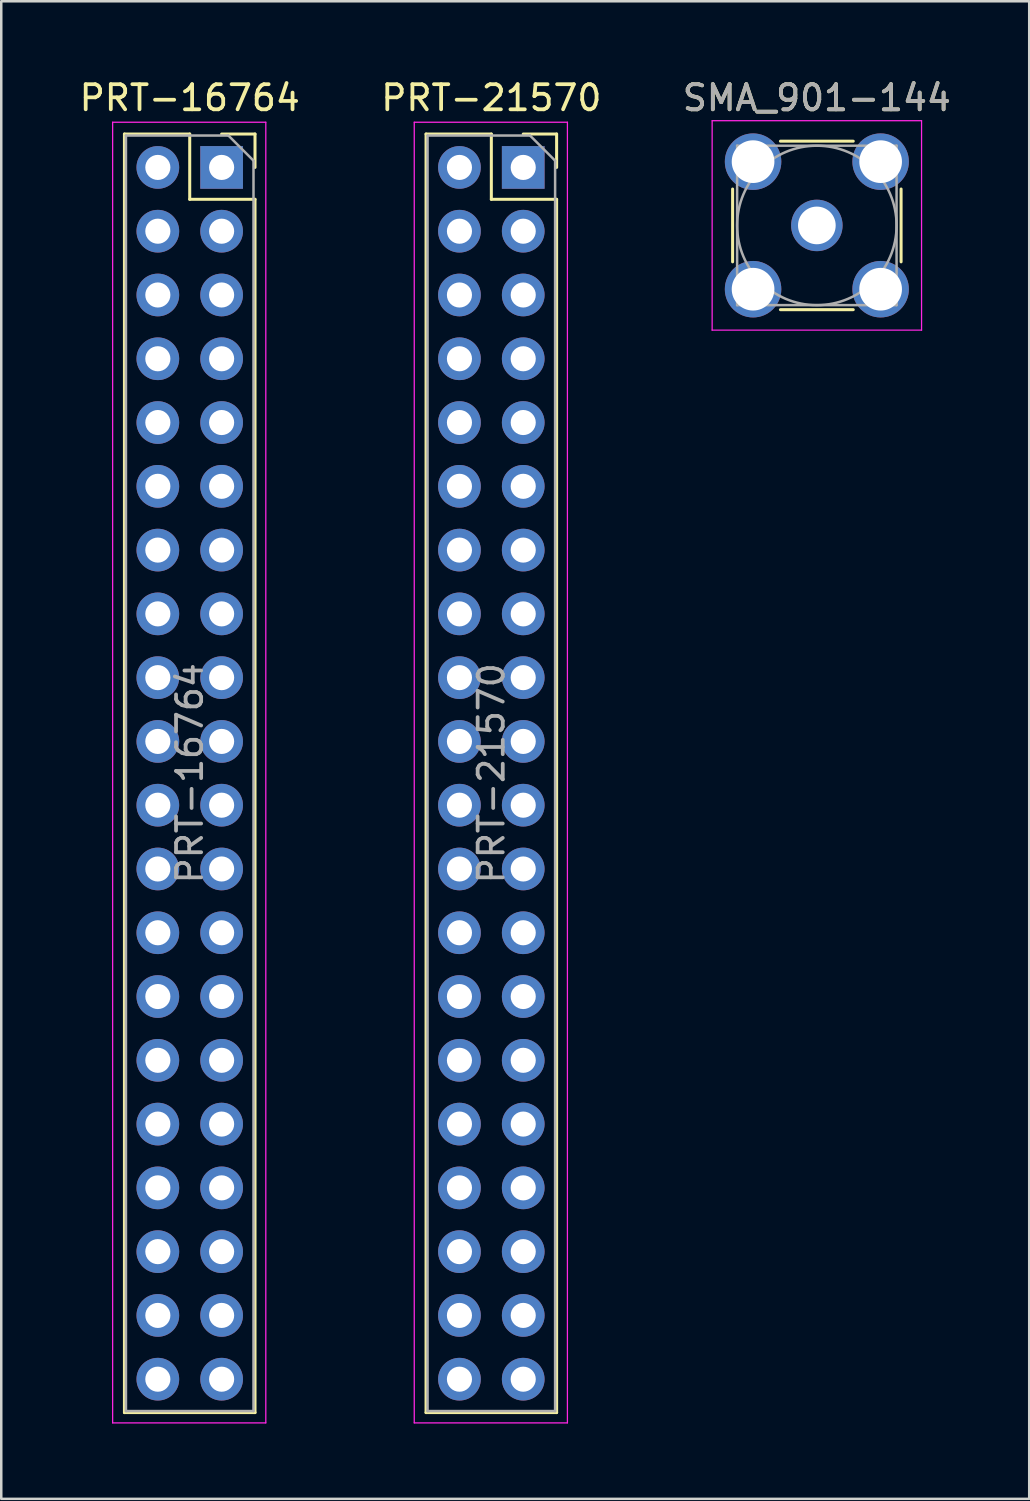
<source format=kicad_pcb>
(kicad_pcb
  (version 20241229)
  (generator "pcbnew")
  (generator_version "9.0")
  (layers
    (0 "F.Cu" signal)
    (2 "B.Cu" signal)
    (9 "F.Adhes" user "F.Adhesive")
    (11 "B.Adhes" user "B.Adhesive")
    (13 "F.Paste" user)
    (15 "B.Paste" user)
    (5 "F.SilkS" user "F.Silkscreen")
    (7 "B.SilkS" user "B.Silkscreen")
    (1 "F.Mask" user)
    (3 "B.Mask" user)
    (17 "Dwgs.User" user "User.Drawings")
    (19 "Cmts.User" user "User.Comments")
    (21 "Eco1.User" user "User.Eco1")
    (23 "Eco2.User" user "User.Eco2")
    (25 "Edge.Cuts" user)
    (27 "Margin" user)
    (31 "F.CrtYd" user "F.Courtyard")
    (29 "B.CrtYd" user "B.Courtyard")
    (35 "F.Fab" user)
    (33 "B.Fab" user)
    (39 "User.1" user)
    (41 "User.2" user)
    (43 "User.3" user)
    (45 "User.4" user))
  (footprint "PRT-16764"
    (layer "F.Cu")
    (at 5.776 3.618)
    (property "Reference" "PRT-16764" (at -1.27 -2.77 0) (layer "F.SilkS") (effects (font (size 1 1) (thickness 0.15))))
    (attr through_hole)
    (fp_line (start -3.87 -1.33) (end -3.87 49.59) (stroke (width 0.12) (type solid)) (layer "F.SilkS"))
    (fp_line (start -3.87 -1.33) (end -1.27 -1.33) (stroke (width 0.12) (type solid)) (layer "F.SilkS"))
    (fp_line (start -3.87 49.59) (end 1.33 49.59) (stroke (width 0.12) (type solid)) (layer "F.SilkS"))
    (fp_line (start -1.27 -1.33) (end -1.27 1.27) (stroke (width 0.12) (type solid)) (layer "F.SilkS"))
    (fp_line (start -1.27 1.27) (end 1.33 1.27) (stroke (width 0.12) (type solid)) (layer "F.SilkS"))
    (fp_line (start 0 -1.33) (end 1.33 -1.33) (stroke (width 0.12) (type solid)) (layer "F.SilkS"))
    (fp_line (start 1.33 -1.33) (end 1.33 0) (stroke (width 0.12) (type solid)) (layer "F.SilkS"))
    (fp_line (start 1.33 1.27) (end 1.33 49.59) (stroke (width 0.12) (type solid)) (layer "F.SilkS"))
    (fp_line (start -4.34 -1.8) (end 1.76 -1.8) (stroke (width 0.05) (type solid)) (layer "F.CrtYd"))
    (fp_line (start -4.34 50) (end -4.34 -1.8) (stroke (width 0.05) (type solid)) (layer "F.CrtYd"))
    (fp_line (start 1.76 -1.8) (end 1.76 50) (stroke (width 0.05) (type solid)) (layer "F.CrtYd"))
    (fp_line (start 1.76 50) (end -4.34 50) (stroke (width 0.05) (type solid)) (layer "F.CrtYd"))
    (fp_line (start -3.81 -1.27) (end 0.27 -1.27) (stroke (width 0.1) (type solid)) (layer "F.Fab"))
    (fp_line (start -3.81 49.53) (end -3.81 -1.27) (stroke (width 0.1) (type solid)) (layer "F.Fab"))
    (fp_line (start 0.27 -1.27) (end 1.27 -0.27) (stroke (width 0.1) (type solid)) (layer "F.Fab"))
    (fp_line (start 1.27 -0.27) (end 1.27 49.53) (stroke (width 0.1) (type solid)) (layer "F.Fab"))
    (fp_line (start 1.27 49.53) (end -3.81 49.53) (stroke (width 0.1) (type solid)) (layer "F.Fab"))
    (fp_text user "${REFERENCE}" (at -1.27 24.13 90) (layer "F.Fab") (effects (font (size 1 1) (thickness 0.15))))
    (pad "1" thru_hole rect (at 0 0) (size 1.7 1.7) (drill 1) (layers "*.Cu" "*.Mask"))
    (pad "2" thru_hole oval (at -2.54 0) (size 1.7 1.7) (drill 1) (layers "*.Cu" "*.Mask"))
    (pad "3" thru_hole oval (at 0 2.54) (size 1.7 1.7) (drill 1) (layers "*.Cu" "*.Mask"))
    (pad "4" thru_hole oval (at -2.54 2.54) (size 1.7 1.7) (drill 1) (layers "*.Cu" "*.Mask"))
    (pad "5" thru_hole oval (at 0 5.08) (size 1.7 1.7) (drill 1) (layers "*.Cu" "*.Mask"))
    (pad "6" thru_hole oval (at -2.54 5.08) (size 1.7 1.7) (drill 1) (layers "*.Cu" "*.Mask"))
    (pad "7" thru_hole oval (at 0 7.62) (size 1.7 1.7) (drill 1) (layers "*.Cu" "*.Mask"))
    (pad "8" thru_hole oval (at -2.54 7.62) (size 1.7 1.7) (drill 1) (layers "*.Cu" "*.Mask"))
    (pad "9" thru_hole oval (at 0 10.16) (size 1.7 1.7) (drill 1) (layers "*.Cu" "*.Mask"))
    (pad "10" thru_hole oval (at -2.54 10.16) (size 1.7 1.7) (drill 1) (layers "*.Cu" "*.Mask"))
    (pad "11" thru_hole oval (at 0 12.7) (size 1.7 1.7) (drill 1) (layers "*.Cu" "*.Mask"))
    (pad "12" thru_hole oval (at -2.54 12.7) (size 1.7 1.7) (drill 1) (layers "*.Cu" "*.Mask"))
    (pad "13" thru_hole oval (at 0 15.24) (size 1.7 1.7) (drill 1) (layers "*.Cu" "*.Mask"))
    (pad "14" thru_hole oval (at -2.54 15.24) (size 1.7 1.7) (drill 1) (layers "*.Cu" "*.Mask"))
    (pad "15" thru_hole oval (at 0 17.78) (size 1.7 1.7) (drill 1) (layers "*.Cu" "*.Mask"))
    (pad "16" thru_hole oval (at -2.54 17.78) (size 1.7 1.7) (drill 1) (layers "*.Cu" "*.Mask"))
    (pad "17" thru_hole oval (at 0 20.32) (size 1.7 1.7) (drill 1) (layers "*.Cu" "*.Mask"))
    (pad "18" thru_hole oval (at -2.54 20.32) (size 1.7 1.7) (drill 1) (layers "*.Cu" "*.Mask"))
    (pad "19" thru_hole oval (at 0 22.86) (size 1.7 1.7) (drill 1) (layers "*.Cu" "*.Mask"))
    (pad "20" thru_hole oval (at -2.54 22.86) (size 1.7 1.7) (drill 1) (layers "*.Cu" "*.Mask"))
    (pad "21" thru_hole oval (at 0 25.4) (size 1.7 1.7) (drill 1) (layers "*.Cu" "*.Mask"))
    (pad "22" thru_hole oval (at -2.54 25.4) (size 1.7 1.7) (drill 1) (layers "*.Cu" "*.Mask"))
    (pad "23" thru_hole oval (at 0 27.94) (size 1.7 1.7) (drill 1) (layers "*.Cu" "*.Mask"))
    (pad "24" thru_hole oval (at -2.54 27.94) (size 1.7 1.7) (drill 1) (layers "*.Cu" "*.Mask"))
    (pad "25" thru_hole oval (at 0 30.48) (size 1.7 1.7) (drill 1) (layers "*.Cu" "*.Mask"))
    (pad "26" thru_hole oval (at -2.54 30.48) (size 1.7 1.7) (drill 1) (layers "*.Cu" "*.Mask"))
    (pad "27" thru_hole oval (at 0 33.02) (size 1.7 1.7) (drill 1) (layers "*.Cu" "*.Mask"))
    (pad "28" thru_hole oval (at -2.54 33.02) (size 1.7 1.7) (drill 1) (layers "*.Cu" "*.Mask"))
    (pad "29" thru_hole oval (at 0 35.56) (size 1.7 1.7) (drill 1) (layers "*.Cu" "*.Mask"))
    (pad "30" thru_hole oval (at -2.54 35.56) (size 1.7 1.7) (drill 1) (layers "*.Cu" "*.Mask"))
    (pad "31" thru_hole oval (at 0 38.1) (size 1.7 1.7) (drill 1) (layers "*.Cu" "*.Mask"))
    (pad "32" thru_hole oval (at -2.54 38.1) (size 1.7 1.7) (drill 1) (layers "*.Cu" "*.Mask"))
    (pad "33" thru_hole oval (at 0 40.64) (size 1.7 1.7) (drill 1) (layers "*.Cu" "*.Mask"))
    (pad "34" thru_hole oval (at -2.54 40.64) (size 1.7 1.7) (drill 1) (layers "*.Cu" "*.Mask"))
    (pad "35" thru_hole oval (at 0 43.18) (size 1.7 1.7) (drill 1) (layers "*.Cu" "*.Mask"))
    (pad "36" thru_hole oval (at -2.54 43.18) (size 1.7 1.7) (drill 1) (layers "*.Cu" "*.Mask"))
    (pad "37" thru_hole oval (at 0 45.72) (size 1.7 1.7) (drill 1) (layers "*.Cu" "*.Mask"))
    (pad "38" thru_hole oval (at -2.54 45.72) (size 1.7 1.7) (drill 1) (layers "*.Cu" "*.Mask"))
    (pad "39" thru_hole oval (at 0 48.26) (size 1.7 1.7) (drill 1) (layers "*.Cu" "*.Mask"))
    (pad "40" thru_hole oval (at -2.54 48.26) (size 1.7 1.7) (drill 1) (layers "*.Cu" "*.Mask")))
  (footprint "PRT-21570"
    (layer "F.Cu")
    (at 17.788 3.618)
    (property "Reference" "PRT-21570" (at -1.27 -2.77 0) (layer "F.SilkS") (effects (font (size 1 1) (thickness 0.15))))
    (attr through_hole)
    (fp_line (start -3.87 -1.33) (end -3.87 49.59) (stroke (width 0.12) (type solid)) (layer "F.SilkS"))
    (fp_line (start -3.87 -1.33) (end -1.27 -1.33) (stroke (width 0.12) (type solid)) (layer "F.SilkS"))
    (fp_line (start -3.87 49.59) (end 1.33 49.59) (stroke (width 0.12) (type solid)) (layer "F.SilkS"))
    (fp_line (start -1.27 -1.33) (end -1.27 1.27) (stroke (width 0.12) (type solid)) (layer "F.SilkS"))
    (fp_line (start -1.27 1.27) (end 1.33 1.27) (stroke (width 0.12) (type solid)) (layer "F.SilkS"))
    (fp_line (start 0 -1.33) (end 1.33 -1.33) (stroke (width 0.12) (type solid)) (layer "F.SilkS"))
    (fp_line (start 1.33 -1.33) (end 1.33 0) (stroke (width 0.12) (type solid)) (layer "F.SilkS"))
    (fp_line (start 1.33 1.27) (end 1.33 49.59) (stroke (width 0.12) (type solid)) (layer "F.SilkS"))
    (fp_line (start -4.34 -1.8) (end 1.76 -1.8) (stroke (width 0.05) (type solid)) (layer "F.CrtYd"))
    (fp_line (start -4.34 50) (end -4.34 -1.8) (stroke (width 0.05) (type solid)) (layer "F.CrtYd"))
    (fp_line (start 1.76 -1.8) (end 1.76 50) (stroke (width 0.05) (type solid)) (layer "F.CrtYd"))
    (fp_line (start 1.76 50) (end -4.34 50) (stroke (width 0.05) (type solid)) (layer "F.CrtYd"))
    (fp_line (start -3.81 -1.27) (end 0.27 -1.27) (stroke (width 0.1) (type solid)) (layer "F.Fab"))
    (fp_line (start -3.81 49.53) (end -3.81 -1.27) (stroke (width 0.1) (type solid)) (layer "F.Fab"))
    (fp_line (start 0.27 -1.27) (end 1.27 -0.27) (stroke (width 0.1) (type solid)) (layer "F.Fab"))
    (fp_line (start 1.27 -0.27) (end 1.27 49.53) (stroke (width 0.1) (type solid)) (layer "F.Fab"))
    (fp_line (start 1.27 49.53) (end -3.81 49.53) (stroke (width 0.1) (type solid)) (layer "F.Fab"))
    (fp_text user "${REFERENCE}" (at -1.27 24.13 90) (layer "F.Fab") (effects (font (size 1 1) (thickness 0.15))))
    (pad "1" thru_hole rect (at 0 0) (size 1.7 1.7) (drill 1) (layers "*.Cu" "*.Mask"))
    (pad "2" thru_hole oval (at -2.54 0) (size 1.7 1.7) (drill 1) (layers "*.Cu" "*.Mask"))
    (pad "3" thru_hole oval (at 0 2.54) (size 1.7 1.7) (drill 1) (layers "*.Cu" "*.Mask"))
    (pad "4" thru_hole oval (at -2.54 2.54) (size 1.7 1.7) (drill 1) (layers "*.Cu" "*.Mask"))
    (pad "5" thru_hole oval (at 0 5.08) (size 1.7 1.7) (drill 1) (layers "*.Cu" "*.Mask"))
    (pad "6" thru_hole oval (at -2.54 5.08) (size 1.7 1.7) (drill 1) (layers "*.Cu" "*.Mask"))
    (pad "7" thru_hole oval (at 0 7.62) (size 1.7 1.7) (drill 1) (layers "*.Cu" "*.Mask"))
    (pad "8" thru_hole oval (at -2.54 7.62) (size 1.7 1.7) (drill 1) (layers "*.Cu" "*.Mask"))
    (pad "9" thru_hole oval (at 0 10.16) (size 1.7 1.7) (drill 1) (layers "*.Cu" "*.Mask"))
    (pad "10" thru_hole oval (at -2.54 10.16) (size 1.7 1.7) (drill 1) (layers "*.Cu" "*.Mask"))
    (pad "11" thru_hole oval (at 0 12.7) (size 1.7 1.7) (drill 1) (layers "*.Cu" "*.Mask"))
    (pad "12" thru_hole oval (at -2.54 12.7) (size 1.7 1.7) (drill 1) (layers "*.Cu" "*.Mask"))
    (pad "13" thru_hole oval (at 0 15.24) (size 1.7 1.7) (drill 1) (layers "*.Cu" "*.Mask"))
    (pad "14" thru_hole oval (at -2.54 15.24) (size 1.7 1.7) (drill 1) (layers "*.Cu" "*.Mask"))
    (pad "15" thru_hole oval (at 0 17.78) (size 1.7 1.7) (drill 1) (layers "*.Cu" "*.Mask"))
    (pad "16" thru_hole oval (at -2.54 17.78) (size 1.7 1.7) (drill 1) (layers "*.Cu" "*.Mask"))
    (pad "17" thru_hole oval (at 0 20.32) (size 1.7 1.7) (drill 1) (layers "*.Cu" "*.Mask"))
    (pad "18" thru_hole oval (at -2.54 20.32) (size 1.7 1.7) (drill 1) (layers "*.Cu" "*.Mask"))
    (pad "19" thru_hole oval (at 0 22.86) (size 1.7 1.7) (drill 1) (layers "*.Cu" "*.Mask"))
    (pad "20" thru_hole oval (at -2.54 22.86) (size 1.7 1.7) (drill 1) (layers "*.Cu" "*.Mask"))
    (pad "21" thru_hole oval (at 0 25.4) (size 1.7 1.7) (drill 1) (layers "*.Cu" "*.Mask"))
    (pad "22" thru_hole oval (at -2.54 25.4) (size 1.7 1.7) (drill 1) (layers "*.Cu" "*.Mask"))
    (pad "23" thru_hole oval (at 0 27.94) (size 1.7 1.7) (drill 1) (layers "*.Cu" "*.Mask"))
    (pad "24" thru_hole oval (at -2.54 27.94) (size 1.7 1.7) (drill 1) (layers "*.Cu" "*.Mask"))
    (pad "25" thru_hole oval (at 0 30.48) (size 1.7 1.7) (drill 1) (layers "*.Cu" "*.Mask"))
    (pad "26" thru_hole oval (at -2.54 30.48) (size 1.7 1.7) (drill 1) (layers "*.Cu" "*.Mask"))
    (pad "27" thru_hole oval (at 0 33.02) (size 1.7 1.7) (drill 1) (layers "*.Cu" "*.Mask"))
    (pad "28" thru_hole oval (at -2.54 33.02) (size 1.7 1.7) (drill 1) (layers "*.Cu" "*.Mask"))
    (pad "29" thru_hole oval (at 0 35.56) (size 1.7 1.7) (drill 1) (layers "*.Cu" "*.Mask"))
    (pad "30" thru_hole oval (at -2.54 35.56) (size 1.7 1.7) (drill 1) (layers "*.Cu" "*.Mask"))
    (pad "31" thru_hole oval (at 0 38.1) (size 1.7 1.7) (drill 1) (layers "*.Cu" "*.Mask"))
    (pad "32" thru_hole oval (at -2.54 38.1) (size 1.7 1.7) (drill 1) (layers "*.Cu" "*.Mask"))
    (pad "33" thru_hole oval (at 0 40.64) (size 1.7 1.7) (drill 1) (layers "*.Cu" "*.Mask"))
    (pad "34" thru_hole oval (at -2.54 40.64) (size 1.7 1.7) (drill 1) (layers "*.Cu" "*.Mask"))
    (pad "35" thru_hole oval (at 0 43.18) (size 1.7 1.7) (drill 1) (layers "*.Cu" "*.Mask"))
    (pad "36" thru_hole oval (at -2.54 43.18) (size 1.7 1.7) (drill 1) (layers "*.Cu" "*.Mask"))
    (pad "37" thru_hole oval (at 0 45.72) (size 1.7 1.7) (drill 1) (layers "*.Cu" "*.Mask"))
    (pad "38" thru_hole oval (at -2.54 45.72) (size 1.7 1.7) (drill 1) (layers "*.Cu" "*.Mask"))
    (pad "39" thru_hole oval (at 0 48.26) (size 1.7 1.7) (drill 1) (layers "*.Cu" "*.Mask"))
    (pad "40" thru_hole oval (at -2.54 48.26) (size 1.7 1.7) (drill 1) (layers "*.Cu" "*.Mask")))
  (footprint "SMA_901-144"
    (layer "F.Cu")
    (at 29.482 5.928)
    (property "Reference" "SMA_901-144" (at 0 -5.08 0) (layer "F.SilkS") (effects (font (size 1 1) (thickness 0.15))))
    (attr through_hole)
    (fp_line (start -3.355 -1.45) (end -3.355 1.45) (stroke (width 0.12) (type solid)) (layer "F.SilkS"))
    (fp_line (start -1.45 -3.355) (end 1.45 -3.355) (stroke (width 0.12) (type solid)) (layer "F.SilkS"))
    (fp_line (start -1.45 3.355) (end 1.45 3.355) (stroke (width 0.12) (type solid)) (layer "F.SilkS"))
    (fp_line (start 3.355 -1.45) (end 3.355 1.45) (stroke (width 0.12) (type solid)) (layer "F.SilkS"))
    (fp_line (start -4.17 -4.17) (end -4.17 4.17) (stroke (width 0.05) (type solid)) (layer "F.CrtYd"))
    (fp_line (start -4.17 -4.17) (end 4.17 -4.17) (stroke (width 0.05) (type solid)) (layer "F.CrtYd"))
    (fp_line (start 4.17 4.17) (end -4.17 4.17) (stroke (width 0.05) (type solid)) (layer "F.CrtYd"))
    (fp_line (start 4.17 4.17) (end 4.17 -4.17) (stroke (width 0.05) (type solid)) (layer "F.CrtYd"))
    (fp_line (start -3.175 -3.175) (end -3.175 3.175) (stroke (width 0.1) (type solid)) (layer "F.Fab"))
    (fp_line (start -3.175 -3.175) (end 3.175 -3.175) (stroke (width 0.1) (type solid)) (layer "F.Fab"))
    (fp_line (start -3.175 3.175) (end 3.175 3.175) (stroke (width 0.1) (type solid)) (layer "F.Fab"))
    (fp_line (start 3.175 -3.175) (end 3.175 3.175) (stroke (width 0.1) (type solid)) (layer "F.Fab"))
    (fp_circle (center 0 0) (end 3.175 0) (stroke (width 0.1) (type solid)) (fill no) (layer "F.Fab"))
    (fp_text user "${REFERENCE}" (at 0 -5.08 0) (layer "F.Fab") (effects (font (size 1 1) (thickness 0.15))))
    (pad "1" thru_hole circle (at 0 0) (size 2.05 2.05) (drill 1.5) (layers "*.Cu" "*.Mask"))
    (pad "2" thru_hole circle (at -2.54 -2.54) (size 2.25 2.25) (drill 1.7) (layers "*.Cu" "*.Mask"))
    (pad "2" thru_hole circle (at -2.54 2.54) (size 2.25 2.25) (drill 1.7) (layers "*.Cu" "*.Mask"))
    (pad "2" thru_hole circle (at 2.54 -2.54) (size 2.25 2.25) (drill 1.7) (layers "*.Cu" "*.Mask"))
    (pad "2" thru_hole circle (at 2.54 2.54) (size 2.25 2.25) (drill 1.7) (layers "*.Cu" "*.Mask")))
  (gr_rect
    (start -3 -3)
    (end 37.94 56.643)
    (stroke (width 0.1) (type default))
    (fill no)
    (layer "Edge.Cuts")))
</source>
